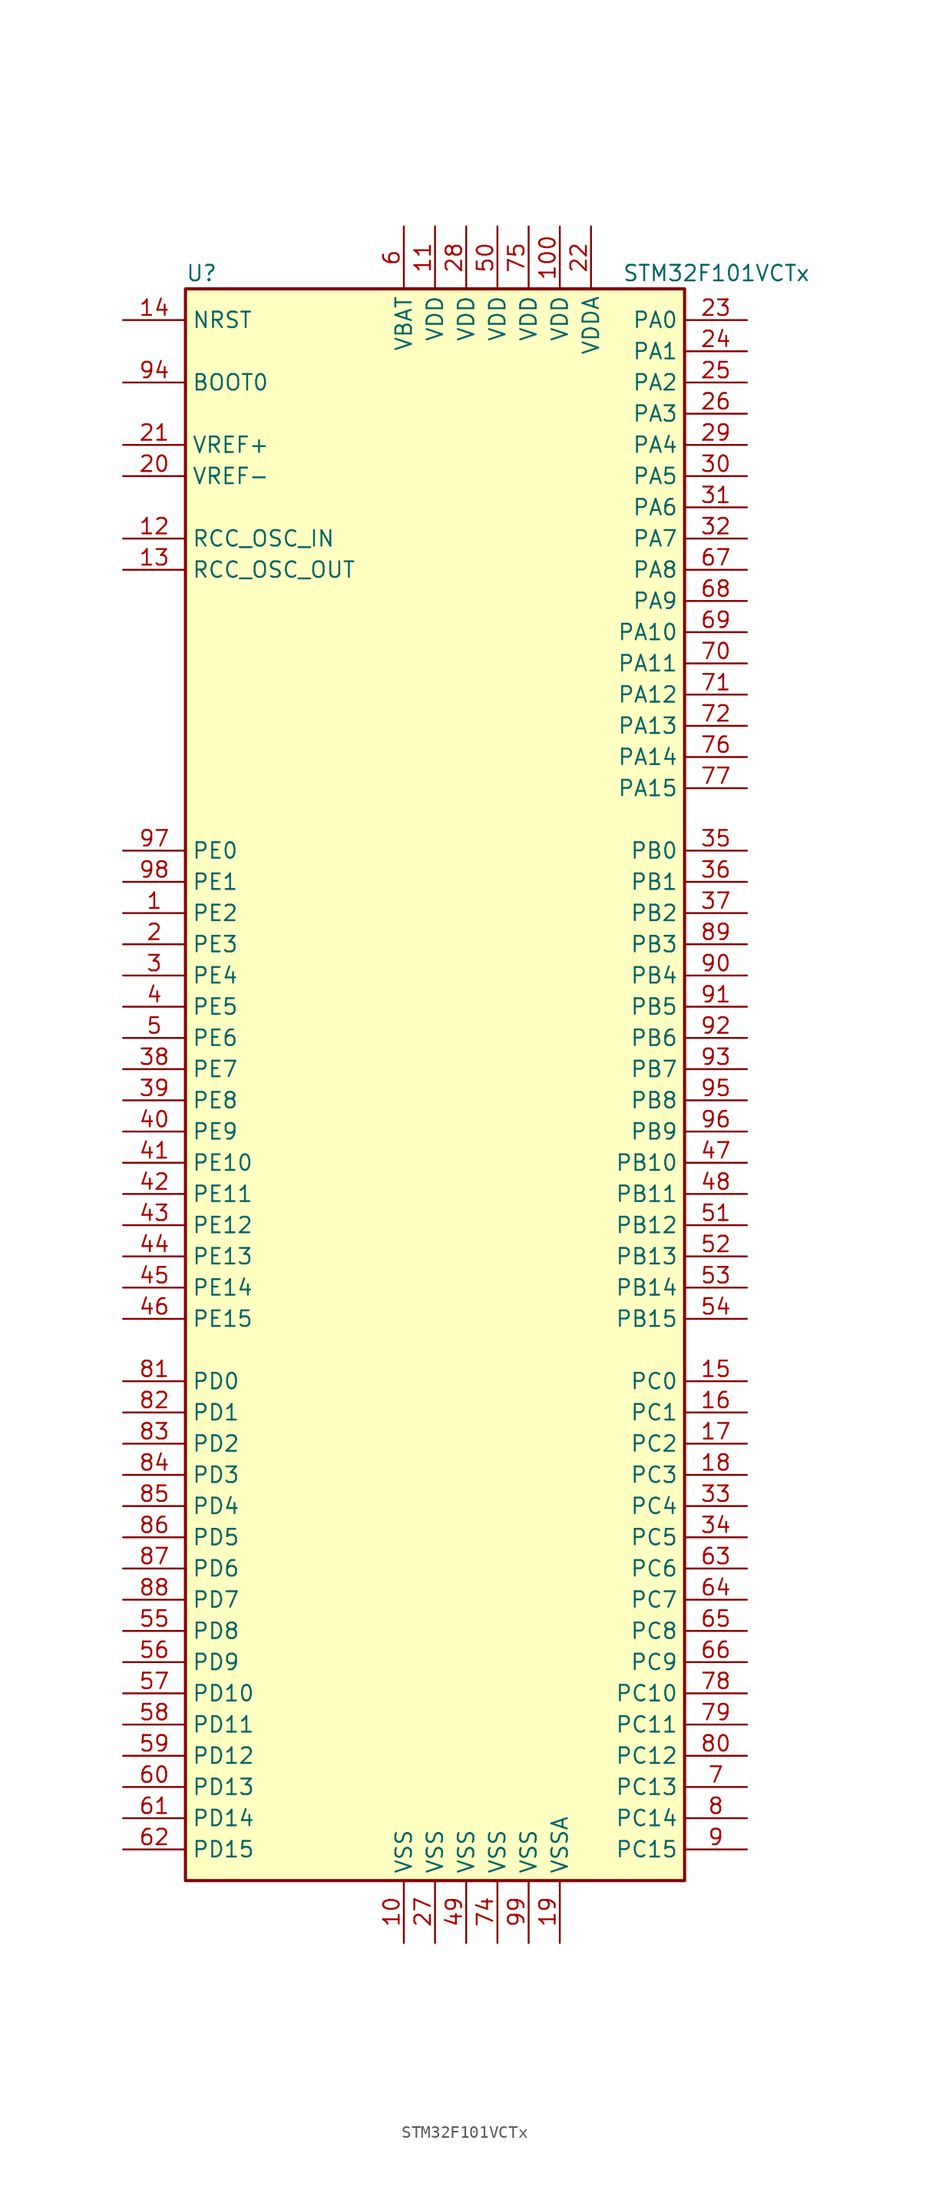
<source format=kicad_sym>
(kicad_symbol_lib
  (version 20211014)
  (generator kicad_symbol_editor)
  (symbol "STM32F101VCTx"
    (property "Reference" "U"
      (at -20.32 64.77 0)
      (effects (font (size 1.27 1.27)) (justify left)))
    (property "Value" "STM32F101VCTx"
      (at 15.24 64.77 0)
      (effects (font (size 1.27 1.27)) (justify left)))
    (symbol "STM32F101VCTx_0_1"
      (rectangle (start -20.32 -66.04) (end 20.32 63.5) (stroke (width 0.254) (type default) (color 0 0 0 0)) (fill (type background))))
    (symbol "STM32F101VCTx_1_1"
      (pin bidirectional line (at -25.4 12.7 0) (length 5.08) (name "PE2" (effects (font (size 1.27 1.27)))) (number "1" (effects (font (size 1.27 1.27)))))
      (pin power_in line (at -2.54 -71.12 90) (length 5.08) (name "VSS" (effects (font (size 1.27 1.27)))) (number "10" (effects (font (size 1.27 1.27)))))
      (pin power_in line (at 10.16 68.58 270) (length 5.08) (name "VDD" (effects (font (size 1.27 1.27)))) (number "100" (effects (font (size 1.27 1.27)))))
      (pin power_in line (at 0 68.58 270) (length 5.08) (name "VDD" (effects (font (size 1.27 1.27)))) (number "11" (effects (font (size 1.27 1.27)))))
      (pin input line (at -25.4 43.18 0) (length 5.08) (name "RCC_OSC_IN" (effects (font (size 1.27 1.27)))) (number "12" (effects (font (size 1.27 1.27)))))
      (pin input line (at -25.4 40.64 0) (length 5.08) (name "RCC_OSC_OUT" (effects (font (size 1.27 1.27)))) (number "13" (effects (font (size 1.27 1.27)))))
      (pin input line (at -25.4 60.96 0) (length 5.08) (name "NRST" (effects (font (size 1.27 1.27)))) (number "14" (effects (font (size 1.27 1.27)))))
      (pin bidirectional line (at 25.4 -25.4 180) (length 5.08) (name "PC0" (effects (font (size 1.27 1.27)))) (number "15" (effects (font (size 1.27 1.27)))))
      (pin bidirectional line (at 25.4 -27.94 180) (length 5.08) (name "PC1" (effects (font (size 1.27 1.27)))) (number "16" (effects (font (size 1.27 1.27)))))
      (pin bidirectional line (at 25.4 -30.48 180) (length 5.08) (name "PC2" (effects (font (size 1.27 1.27)))) (number "17" (effects (font (size 1.27 1.27)))))
      (pin bidirectional line (at 25.4 -33.02 180) (length 5.08) (name "PC3" (effects (font (size 1.27 1.27)))) (number "18" (effects (font (size 1.27 1.27)))))
      (pin power_in line (at 10.16 -71.12 90) (length 5.08) (name "VSSA" (effects (font (size 1.27 1.27)))) (number "19" (effects (font (size 1.27 1.27)))))
      (pin bidirectional line (at -25.4 10.16 0) (length 5.08) (name "PE3" (effects (font (size 1.27 1.27)))) (number "2" (effects (font (size 1.27 1.27)))))
      (pin power_in line (at -25.4 48.26 0) (length 5.08) (name "VREF-" (effects (font (size 1.27 1.27)))) (number "20" (effects (font (size 1.27 1.27)))))
      (pin power_in line (at -25.4 50.8 0) (length 5.08) (name "VREF+" (effects (font (size 1.27 1.27)))) (number "21" (effects (font (size 1.27 1.27)))))
      (pin power_in line (at 12.7 68.58 270) (length 5.08) (name "VDDA" (effects (font (size 1.27 1.27)))) (number "22" (effects (font (size 1.27 1.27)))))
      (pin bidirectional line (at 25.4 60.96 180) (length 5.08) (name "PA0" (effects (font (size 1.27 1.27)))) (number "23" (effects (font (size 1.27 1.27)))))
      (pin bidirectional line (at 25.4 58.42 180) (length 5.08) (name "PA1" (effects (font (size 1.27 1.27)))) (number "24" (effects (font (size 1.27 1.27)))))
      (pin bidirectional line (at 25.4 55.88 180) (length 5.08) (name "PA2" (effects (font (size 1.27 1.27)))) (number "25" (effects (font (size 1.27 1.27)))))
      (pin bidirectional line (at 25.4 53.34 180) (length 5.08) (name "PA3" (effects (font (size 1.27 1.27)))) (number "26" (effects (font (size 1.27 1.27)))))
      (pin power_in line (at 0 -71.12 90) (length 5.08) (name "VSS" (effects (font (size 1.27 1.27)))) (number "27" (effects (font (size 1.27 1.27)))))
      (pin power_in line (at 2.54 68.58 270) (length 5.08) (name "VDD" (effects (font (size 1.27 1.27)))) (number "28" (effects (font (size 1.27 1.27)))))
      (pin bidirectional line (at 25.4 50.8 180) (length 5.08) (name "PA4" (effects (font (size 1.27 1.27)))) (number "29" (effects (font (size 1.27 1.27)))))
      (pin bidirectional line (at -25.4 7.62 0) (length 5.08) (name "PE4" (effects (font (size 1.27 1.27)))) (number "3" (effects (font (size 1.27 1.27)))))
      (pin bidirectional line (at 25.4 48.26 180) (length 5.08) (name "PA5" (effects (font (size 1.27 1.27)))) (number "30" (effects (font (size 1.27 1.27)))))
      (pin bidirectional line (at 25.4 45.72 180) (length 5.08) (name "PA6" (effects (font (size 1.27 1.27)))) (number "31" (effects (font (size 1.27 1.27)))))
      (pin bidirectional line (at 25.4 43.18 180) (length 5.08) (name "PA7" (effects (font (size 1.27 1.27)))) (number "32" (effects (font (size 1.27 1.27)))))
      (pin bidirectional line (at 25.4 -35.56 180) (length 5.08) (name "PC4" (effects (font (size 1.27 1.27)))) (number "33" (effects (font (size 1.27 1.27)))))
      (pin bidirectional line (at 25.4 -38.1 180) (length 5.08) (name "PC5" (effects (font (size 1.27 1.27)))) (number "34" (effects (font (size 1.27 1.27)))))
      (pin bidirectional line (at 25.4 17.78 180) (length 5.08) (name "PB0" (effects (font (size 1.27 1.27)))) (number "35" (effects (font (size 1.27 1.27)))))
      (pin bidirectional line (at 25.4 15.24 180) (length 5.08) (name "PB1" (effects (font (size 1.27 1.27)))) (number "36" (effects (font (size 1.27 1.27)))))
      (pin bidirectional line (at 25.4 12.7 180) (length 5.08) (name "PB2" (effects (font (size 1.27 1.27)))) (number "37" (effects (font (size 1.27 1.27)))))
      (pin bidirectional line (at -25.4 0 0) (length 5.08) (name "PE7" (effects (font (size 1.27 1.27)))) (number "38" (effects (font (size 1.27 1.27)))))
      (pin bidirectional line (at -25.4 -2.54 0) (length 5.08) (name "PE8" (effects (font (size 1.27 1.27)))) (number "39" (effects (font (size 1.27 1.27)))))
      (pin bidirectional line (at -25.4 5.08 0) (length 5.08) (name "PE5" (effects (font (size 1.27 1.27)))) (number "4" (effects (font (size 1.27 1.27)))))
      (pin bidirectional line (at -25.4 -5.08 0) (length 5.08) (name "PE9" (effects (font (size 1.27 1.27)))) (number "40" (effects (font (size 1.27 1.27)))))
      (pin bidirectional line (at -25.4 -7.62 0) (length 5.08) (name "PE10" (effects (font (size 1.27 1.27)))) (number "41" (effects (font (size 1.27 1.27)))))
      (pin bidirectional line (at -25.4 -10.16 0) (length 5.08) (name "PE11" (effects (font (size 1.27 1.27)))) (number "42" (effects (font (size 1.27 1.27)))))
      (pin bidirectional line (at -25.4 -12.7 0) (length 5.08) (name "PE12" (effects (font (size 1.27 1.27)))) (number "43" (effects (font (size 1.27 1.27)))))
      (pin bidirectional line (at -25.4 -15.24 0) (length 5.08) (name "PE13" (effects (font (size 1.27 1.27)))) (number "44" (effects (font (size 1.27 1.27)))))
      (pin bidirectional line (at -25.4 -17.78 0) (length 5.08) (name "PE14" (effects (font (size 1.27 1.27)))) (number "45" (effects (font (size 1.27 1.27)))))
      (pin bidirectional line (at -25.4 -20.32 0) (length 5.08) (name "PE15" (effects (font (size 1.27 1.27)))) (number "46" (effects (font (size 1.27 1.27)))))
      (pin bidirectional line (at 25.4 -7.62 180) (length 5.08) (name "PB10" (effects (font (size 1.27 1.27)))) (number "47" (effects (font (size 1.27 1.27)))))
      (pin bidirectional line (at 25.4 -10.16 180) (length 5.08) (name "PB11" (effects (font (size 1.27 1.27)))) (number "48" (effects (font (size 1.27 1.27)))))
      (pin power_in line (at 2.54 -71.12 90) (length 5.08) (name "VSS" (effects (font (size 1.27 1.27)))) (number "49" (effects (font (size 1.27 1.27)))))
      (pin bidirectional line (at -25.4 2.54 0) (length 5.08) (name "PE6" (effects (font (size 1.27 1.27)))) (number "5" (effects (font (size 1.27 1.27)))))
      (pin power_in line (at 5.08 68.58 270) (length 5.08) (name "VDD" (effects (font (size 1.27 1.27)))) (number "50" (effects (font (size 1.27 1.27)))))
      (pin bidirectional line (at 25.4 -12.7 180) (length 5.08) (name "PB12" (effects (font (size 1.27 1.27)))) (number "51" (effects (font (size 1.27 1.27)))))
      (pin bidirectional line (at 25.4 -15.24 180) (length 5.08) (name "PB13" (effects (font (size 1.27 1.27)))) (number "52" (effects (font (size 1.27 1.27)))))
      (pin bidirectional line (at 25.4 -17.78 180) (length 5.08) (name "PB14" (effects (font (size 1.27 1.27)))) (number "53" (effects (font (size 1.27 1.27)))))
      (pin bidirectional line (at 25.4 -20.32 180) (length 5.08) (name "PB15" (effects (font (size 1.27 1.27)))) (number "54" (effects (font (size 1.27 1.27)))))
      (pin bidirectional line (at -25.4 -45.72 0) (length 5.08) (name "PD8" (effects (font (size 1.27 1.27)))) (number "55" (effects (font (size 1.27 1.27)))))
      (pin bidirectional line (at -25.4 -48.26 0) (length 5.08) (name "PD9" (effects (font (size 1.27 1.27)))) (number "56" (effects (font (size 1.27 1.27)))))
      (pin bidirectional line (at -25.4 -50.8 0) (length 5.08) (name "PD10" (effects (font (size 1.27 1.27)))) (number "57" (effects (font (size 1.27 1.27)))))
      (pin bidirectional line (at -25.4 -53.34 0) (length 5.08) (name "PD11" (effects (font (size 1.27 1.27)))) (number "58" (effects (font (size 1.27 1.27)))))
      (pin bidirectional line (at -25.4 -55.88 0) (length 5.08) (name "PD12" (effects (font (size 1.27 1.27)))) (number "59" (effects (font (size 1.27 1.27)))))
      (pin power_in line (at -2.54 68.58 270) (length 5.08) (name "VBAT" (effects (font (size 1.27 1.27)))) (number "6" (effects (font (size 1.27 1.27)))))
      (pin bidirectional line (at -25.4 -58.42 0) (length 5.08) (name "PD13" (effects (font (size 1.27 1.27)))) (number "60" (effects (font (size 1.27 1.27)))))
      (pin bidirectional line (at -25.4 -60.96 0) (length 5.08) (name "PD14" (effects (font (size 1.27 1.27)))) (number "61" (effects (font (size 1.27 1.27)))))
      (pin bidirectional line (at -25.4 -63.5 0) (length 5.08) (name "PD15" (effects (font (size 1.27 1.27)))) (number "62" (effects (font (size 1.27 1.27)))))
      (pin bidirectional line (at 25.4 -40.64 180) (length 5.08) (name "PC6" (effects (font (size 1.27 1.27)))) (number "63" (effects (font (size 1.27 1.27)))))
      (pin bidirectional line (at 25.4 -43.18 180) (length 5.08) (name "PC7" (effects (font (size 1.27 1.27)))) (number "64" (effects (font (size 1.27 1.27)))))
      (pin bidirectional line (at 25.4 -45.72 180) (length 5.08) (name "PC8" (effects (font (size 1.27 1.27)))) (number "65" (effects (font (size 1.27 1.27)))))
      (pin bidirectional line (at 25.4 -48.26 180) (length 5.08) (name "PC9" (effects (font (size 1.27 1.27)))) (number "66" (effects (font (size 1.27 1.27)))))
      (pin bidirectional line (at 25.4 40.64 180) (length 5.08) (name "PA8" (effects (font (size 1.27 1.27)))) (number "67" (effects (font (size 1.27 1.27)))))
      (pin bidirectional line (at 25.4 38.1 180) (length 5.08) (name "PA9" (effects (font (size 1.27 1.27)))) (number "68" (effects (font (size 1.27 1.27)))))
      (pin bidirectional line (at 25.4 35.56 180) (length 5.08) (name "PA10" (effects (font (size 1.27 1.27)))) (number "69" (effects (font (size 1.27 1.27)))))
      (pin bidirectional line (at 25.4 -58.42 180) (length 5.08) (name "PC13" (effects (font (size 1.27 1.27)))) (number "7" (effects (font (size 1.27 1.27)))))
      (pin bidirectional line (at 25.4 33.02 180) (length 5.08) (name "PA11" (effects (font (size 1.27 1.27)))) (number "70" (effects (font (size 1.27 1.27)))))
      (pin bidirectional line (at 25.4 30.48 180) (length 5.08) (name "PA12" (effects (font (size 1.27 1.27)))) (number "71" (effects (font (size 1.27 1.27)))))
      (pin bidirectional line (at 25.4 27.94 180) (length 5.08) (name "PA13" (effects (font (size 1.27 1.27)))) (number "72" (effects (font (size 1.27 1.27)))))
      (pin no_connect line (at -20.32 -63.5 0) (length 5.08) hide (name "NC" (effects (font (size 1.27 1.27)))) (number "73" (effects (font (size 1.27 1.27)))))
      (pin power_in line (at 5.08 -71.12 90) (length 5.08) (name "VSS" (effects (font (size 1.27 1.27)))) (number "74" (effects (font (size 1.27 1.27)))))
      (pin power_in line (at 7.62 68.58 270) (length 5.08) (name "VDD" (effects (font (size 1.27 1.27)))) (number "75" (effects (font (size 1.27 1.27)))))
      (pin bidirectional line (at 25.4 25.4 180) (length 5.08) (name "PA14" (effects (font (size 1.27 1.27)))) (number "76" (effects (font (size 1.27 1.27)))))
      (pin bidirectional line (at 25.4 22.86 180) (length 5.08) (name "PA15" (effects (font (size 1.27 1.27)))) (number "77" (effects (font (size 1.27 1.27)))))
      (pin bidirectional line (at 25.4 -50.8 180) (length 5.08) (name "PC10" (effects (font (size 1.27 1.27)))) (number "78" (effects (font (size 1.27 1.27)))))
      (pin bidirectional line (at 25.4 -53.34 180) (length 5.08) (name "PC11" (effects (font (size 1.27 1.27)))) (number "79" (effects (font (size 1.27 1.27)))))
      (pin bidirectional line (at 25.4 -60.96 180) (length 5.08) (name "PC14" (effects (font (size 1.27 1.27)))) (number "8" (effects (font (size 1.27 1.27)))))
      (pin bidirectional line (at 25.4 -55.88 180) (length 5.08) (name "PC12" (effects (font (size 1.27 1.27)))) (number "80" (effects (font (size 1.27 1.27)))))
      (pin bidirectional line (at -25.4 -25.4 0) (length 5.08) (name "PD0" (effects (font (size 1.27 1.27)))) (number "81" (effects (font (size 1.27 1.27)))))
      (pin bidirectional line (at -25.4 -27.94 0) (length 5.08) (name "PD1" (effects (font (size 1.27 1.27)))) (number "82" (effects (font (size 1.27 1.27)))))
      (pin bidirectional line (at -25.4 -30.48 0) (length 5.08) (name "PD2" (effects (font (size 1.27 1.27)))) (number "83" (effects (font (size 1.27 1.27)))))
      (pin bidirectional line (at -25.4 -33.02 0) (length 5.08) (name "PD3" (effects (font (size 1.27 1.27)))) (number "84" (effects (font (size 1.27 1.27)))))
      (pin bidirectional line (at -25.4 -35.56 0) (length 5.08) (name "PD4" (effects (font (size 1.27 1.27)))) (number "85" (effects (font (size 1.27 1.27)))))
      (pin bidirectional line (at -25.4 -38.1 0) (length 5.08) (name "PD5" (effects (font (size 1.27 1.27)))) (number "86" (effects (font (size 1.27 1.27)))))
      (pin bidirectional line (at -25.4 -40.64 0) (length 5.08) (name "PD6" (effects (font (size 1.27 1.27)))) (number "87" (effects (font (size 1.27 1.27)))))
      (pin bidirectional line (at -25.4 -43.18 0) (length 5.08) (name "PD7" (effects (font (size 1.27 1.27)))) (number "88" (effects (font (size 1.27 1.27)))))
      (pin bidirectional line (at 25.4 10.16 180) (length 5.08) (name "PB3" (effects (font (size 1.27 1.27)))) (number "89" (effects (font (size 1.27 1.27)))))
      (pin bidirectional line (at 25.4 -63.5 180) (length 5.08) (name "PC15" (effects (font (size 1.27 1.27)))) (number "9" (effects (font (size 1.27 1.27)))))
      (pin bidirectional line (at 25.4 7.62 180) (length 5.08) (name "PB4" (effects (font (size 1.27 1.27)))) (number "90" (effects (font (size 1.27 1.27)))))
      (pin bidirectional line (at 25.4 5.08 180) (length 5.08) (name "PB5" (effects (font (size 1.27 1.27)))) (number "91" (effects (font (size 1.27 1.27)))))
      (pin bidirectional line (at 25.4 2.54 180) (length 5.08) (name "PB6" (effects (font (size 1.27 1.27)))) (number "92" (effects (font (size 1.27 1.27)))))
      (pin bidirectional line (at 25.4 0 180) (length 5.08) (name "PB7" (effects (font (size 1.27 1.27)))) (number "93" (effects (font (size 1.27 1.27)))))
      (pin input line (at -25.4 55.88 0) (length 5.08) (name "BOOT0" (effects (font (size 1.27 1.27)))) (number "94" (effects (font (size 1.27 1.27)))))
      (pin bidirectional line (at 25.4 -2.54 180) (length 5.08) (name "PB8" (effects (font (size 1.27 1.27)))) (number "95" (effects (font (size 1.27 1.27)))))
      (pin bidirectional line (at 25.4 -5.08 180) (length 5.08) (name "PB9" (effects (font (size 1.27 1.27)))) (number "96" (effects (font (size 1.27 1.27)))))
      (pin bidirectional line (at -25.4 17.78 0) (length 5.08) (name "PE0" (effects (font (size 1.27 1.27)))) (number "97" (effects (font (size 1.27 1.27)))))
      (pin bidirectional line (at -25.4 15.24 0) (length 5.08) (name "PE1" (effects (font (size 1.27 1.27)))) (number "98" (effects (font (size 1.27 1.27)))))
      (pin power_in line (at 7.62 -71.12 90) (length 5.08) (name "VSS" (effects (font (size 1.27 1.27)))) (number "99" (effects (font (size 1.27 1.27))))))))
</source>
